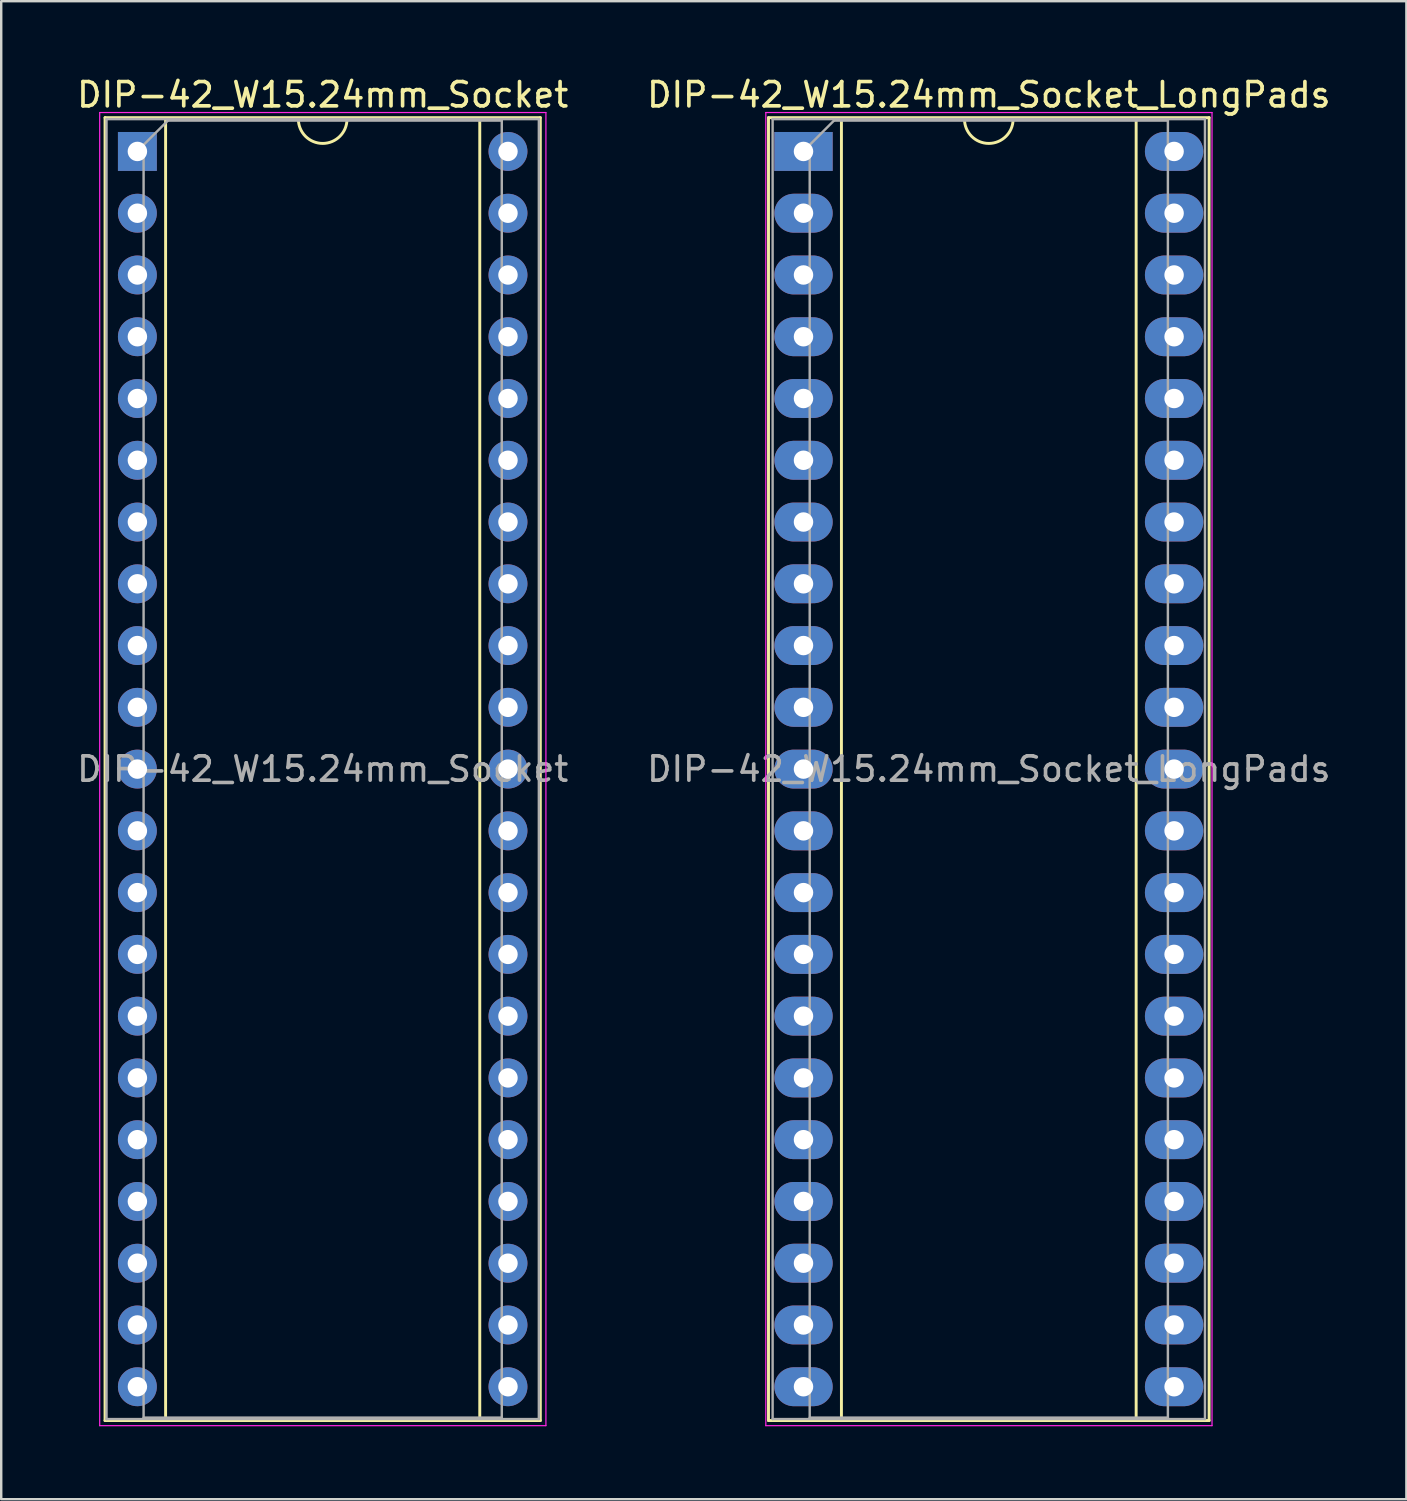
<source format=kicad_pcb>
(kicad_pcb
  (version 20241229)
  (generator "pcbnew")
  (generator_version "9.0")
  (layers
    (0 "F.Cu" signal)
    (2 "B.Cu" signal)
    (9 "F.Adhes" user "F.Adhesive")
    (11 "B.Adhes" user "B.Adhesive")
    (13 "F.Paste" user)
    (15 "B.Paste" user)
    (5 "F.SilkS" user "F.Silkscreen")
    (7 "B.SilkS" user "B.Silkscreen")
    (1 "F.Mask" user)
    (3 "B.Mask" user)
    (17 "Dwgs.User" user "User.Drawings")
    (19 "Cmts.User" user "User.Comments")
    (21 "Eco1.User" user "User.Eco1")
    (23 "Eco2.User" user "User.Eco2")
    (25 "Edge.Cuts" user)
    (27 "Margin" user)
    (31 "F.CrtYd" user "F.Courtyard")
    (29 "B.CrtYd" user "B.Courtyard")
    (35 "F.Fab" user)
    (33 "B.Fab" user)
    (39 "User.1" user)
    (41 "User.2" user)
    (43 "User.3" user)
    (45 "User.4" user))
  (footprint "DIP-42_W15.24mm_Socket"
    (layer "F.Cu")
    (at 2.6 3.178)
    (property "Reference" "DIP-42_W15.24mm_Socket" (at 7.62 -2.33 0) (layer "F.SilkS") (effects (font (size 1 1) (thickness 0.15))))
    (attr through_hole)
    (fp_line (start -1.33 -1.39) (end -1.33 52.19) (stroke (width 0.12) (type solid)) (layer "F.SilkS"))
    (fp_line (start -1.33 52.19) (end 16.57 52.19) (stroke (width 0.12) (type solid)) (layer "F.SilkS"))
    (fp_line (start 1.16 -1.33) (end 1.16 52.13) (stroke (width 0.12) (type solid)) (layer "F.SilkS"))
    (fp_line (start 1.16 52.13) (end 14.08 52.13) (stroke (width 0.12) (type solid)) (layer "F.SilkS"))
    (fp_line (start 6.62 -1.33) (end 1.16 -1.33) (stroke (width 0.12) (type solid)) (layer "F.SilkS"))
    (fp_line (start 14.08 -1.33) (end 8.62 -1.33) (stroke (width 0.12) (type solid)) (layer "F.SilkS"))
    (fp_line (start 14.08 52.13) (end 14.08 -1.33) (stroke (width 0.12) (type solid)) (layer "F.SilkS"))
    (fp_line (start 16.57 -1.39) (end -1.33 -1.39) (stroke (width 0.12) (type solid)) (layer "F.SilkS"))
    (fp_line (start 16.57 52.19) (end 16.57 -1.39) (stroke (width 0.12) (type solid)) (layer "F.SilkS"))
    (fp_arc (start 8.62 -1.33) (mid 7.62 -0.33) (end 6.62 -1.33) (stroke (width 0.12) (type solid)) (layer "F.SilkS"))
    (fp_line (start -1.55 -1.6) (end -1.55 52.4) (stroke (width 0.05) (type solid)) (layer "F.CrtYd"))
    (fp_line (start -1.55 52.4) (end 16.8 52.4) (stroke (width 0.05) (type solid)) (layer "F.CrtYd"))
    (fp_line (start 16.8 -1.6) (end -1.55 -1.6) (stroke (width 0.05) (type solid)) (layer "F.CrtYd"))
    (fp_line (start 16.8 52.4) (end 16.8 -1.6) (stroke (width 0.05) (type solid)) (layer "F.CrtYd"))
    (fp_line (start -1.27 -1.33) (end -1.27 52.13) (stroke (width 0.1) (type solid)) (layer "F.Fab"))
    (fp_line (start -1.27 52.13) (end 16.51 52.13) (stroke (width 0.1) (type solid)) (layer "F.Fab"))
    (fp_line (start 0.255 -0.27) (end 1.255 -1.27) (stroke (width 0.1) (type solid)) (layer "F.Fab"))
    (fp_line (start 0.255 52.07) (end 0.255 -0.27) (stroke (width 0.1) (type solid)) (layer "F.Fab"))
    (fp_line (start 1.255 -1.27) (end 14.985 -1.27) (stroke (width 0.1) (type solid)) (layer "F.Fab"))
    (fp_line (start 14.985 -1.27) (end 14.985 52.07) (stroke (width 0.1) (type solid)) (layer "F.Fab"))
    (fp_line (start 14.985 52.07) (end 0.255 52.07) (stroke (width 0.1) (type solid)) (layer "F.Fab"))
    (fp_line (start 16.51 -1.33) (end -1.27 -1.33) (stroke (width 0.1) (type solid)) (layer "F.Fab"))
    (fp_line (start 16.51 52.13) (end 16.51 -1.33) (stroke (width 0.1) (type solid)) (layer "F.Fab"))
    (fp_text user "${REFERENCE}" (at 7.62 25.4 0) (layer "F.Fab") (effects (font (size 1 1) (thickness 0.15))))
    (pad "1" thru_hole rect (at 0 0) (size 1.6 1.6) (drill 0.8) (layers "*.Cu" "*.Mask"))
    (pad "2" thru_hole oval (at 0 2.54) (size 1.6 1.6) (drill 0.8) (layers "*.Cu" "*.Mask"))
    (pad "3" thru_hole oval (at 0 5.08) (size 1.6 1.6) (drill 0.8) (layers "*.Cu" "*.Mask"))
    (pad "4" thru_hole oval (at 0 7.62) (size 1.6 1.6) (drill 0.8) (layers "*.Cu" "*.Mask"))
    (pad "5" thru_hole oval (at 0 10.16) (size 1.6 1.6) (drill 0.8) (layers "*.Cu" "*.Mask"))
    (pad "6" thru_hole oval (at 0 12.7) (size 1.6 1.6) (drill 0.8) (layers "*.Cu" "*.Mask"))
    (pad "7" thru_hole oval (at 0 15.24) (size 1.6 1.6) (drill 0.8) (layers "*.Cu" "*.Mask"))
    (pad "8" thru_hole oval (at 0 17.78) (size 1.6 1.6) (drill 0.8) (layers "*.Cu" "*.Mask"))
    (pad "9" thru_hole oval (at 0 20.32) (size 1.6 1.6) (drill 0.8) (layers "*.Cu" "*.Mask"))
    (pad "10" thru_hole oval (at 0 22.86) (size 1.6 1.6) (drill 0.8) (layers "*.Cu" "*.Mask"))
    (pad "11" thru_hole oval (at 0 25.4) (size 1.6 1.6) (drill 0.8) (layers "*.Cu" "*.Mask"))
    (pad "12" thru_hole oval (at 0 27.94) (size 1.6 1.6) (drill 0.8) (layers "*.Cu" "*.Mask"))
    (pad "13" thru_hole oval (at 0 30.48) (size 1.6 1.6) (drill 0.8) (layers "*.Cu" "*.Mask"))
    (pad "14" thru_hole oval (at 0 33.02) (size 1.6 1.6) (drill 0.8) (layers "*.Cu" "*.Mask"))
    (pad "15" thru_hole oval (at 0 35.56) (size 1.6 1.6) (drill 0.8) (layers "*.Cu" "*.Mask"))
    (pad "16" thru_hole oval (at 0 38.1) (size 1.6 1.6) (drill 0.8) (layers "*.Cu" "*.Mask"))
    (pad "17" thru_hole oval (at 0 40.64) (size 1.6 1.6) (drill 0.8) (layers "*.Cu" "*.Mask"))
    (pad "18" thru_hole oval (at 0 43.18) (size 1.6 1.6) (drill 0.8) (layers "*.Cu" "*.Mask"))
    (pad "19" thru_hole oval (at 0 45.72) (size 1.6 1.6) (drill 0.8) (layers "*.Cu" "*.Mask"))
    (pad "20" thru_hole oval (at 0 48.26) (size 1.6 1.6) (drill 0.8) (layers "*.Cu" "*.Mask"))
    (pad "21" thru_hole oval (at 0 50.8) (size 1.6 1.6) (drill 0.8) (layers "*.Cu" "*.Mask"))
    (pad "22" thru_hole oval (at 15.24 50.8) (size 1.6 1.6) (drill 0.8) (layers "*.Cu" "*.Mask"))
    (pad "23" thru_hole oval (at 15.24 48.26) (size 1.6 1.6) (drill 0.8) (layers "*.Cu" "*.Mask"))
    (pad "24" thru_hole oval (at 15.24 45.72) (size 1.6 1.6) (drill 0.8) (layers "*.Cu" "*.Mask"))
    (pad "25" thru_hole oval (at 15.24 43.18) (size 1.6 1.6) (drill 0.8) (layers "*.Cu" "*.Mask"))
    (pad "26" thru_hole oval (at 15.24 40.64) (size 1.6 1.6) (drill 0.8) (layers "*.Cu" "*.Mask"))
    (pad "27" thru_hole oval (at 15.24 38.1) (size 1.6 1.6) (drill 0.8) (layers "*.Cu" "*.Mask"))
    (pad "28" thru_hole oval (at 15.24 35.56) (size 1.6 1.6) (drill 0.8) (layers "*.Cu" "*.Mask"))
    (pad "29" thru_hole oval (at 15.24 33.02) (size 1.6 1.6) (drill 0.8) (layers "*.Cu" "*.Mask"))
    (pad "30" thru_hole oval (at 15.24 30.48) (size 1.6 1.6) (drill 0.8) (layers "*.Cu" "*.Mask"))
    (pad "31" thru_hole oval (at 15.24 27.94) (size 1.6 1.6) (drill 0.8) (layers "*.Cu" "*.Mask"))
    (pad "32" thru_hole oval (at 15.24 25.4) (size 1.6 1.6) (drill 0.8) (layers "*.Cu" "*.Mask"))
    (pad "33" thru_hole oval (at 15.24 22.86) (size 1.6 1.6) (drill 0.8) (layers "*.Cu" "*.Mask"))
    (pad "34" thru_hole oval (at 15.24 20.32) (size 1.6 1.6) (drill 0.8) (layers "*.Cu" "*.Mask"))
    (pad "35" thru_hole oval (at 15.24 17.78) (size 1.6 1.6) (drill 0.8) (layers "*.Cu" "*.Mask"))
    (pad "36" thru_hole oval (at 15.24 15.24) (size 1.6 1.6) (drill 0.8) (layers "*.Cu" "*.Mask"))
    (pad "37" thru_hole oval (at 15.24 12.7) (size 1.6 1.6) (drill 0.8) (layers "*.Cu" "*.Mask"))
    (pad "38" thru_hole oval (at 15.24 10.16) (size 1.6 1.6) (drill 0.8) (layers "*.Cu" "*.Mask"))
    (pad "39" thru_hole oval (at 15.24 7.62) (size 1.6 1.6) (drill 0.8) (layers "*.Cu" "*.Mask"))
    (pad "40" thru_hole oval (at 15.24 5.08) (size 1.6 1.6) (drill 0.8) (layers "*.Cu" "*.Mask"))
    (pad "41" thru_hole oval (at 15.24 2.54) (size 1.6 1.6) (drill 0.8) (layers "*.Cu" "*.Mask"))
    (pad "42" thru_hole oval (at 15.24 0) (size 1.6 1.6) (drill 0.8) (layers "*.Cu" "*.Mask")))
  (footprint "DIP-42_W15.24mm_Socket_LongPads"
    (layer "F.Cu")
    (at 29.993 3.178)
    (property "Reference" "DIP-42_W15.24mm_Socket_LongPads" (at 7.62 -2.33 0) (layer "F.SilkS") (effects (font (size 1 1) (thickness 0.15))))
    (attr through_hole)
    (fp_line (start -1.44 -1.39) (end -1.44 52.19) (stroke (width 0.12) (type solid)) (layer "F.SilkS"))
    (fp_line (start -1.44 52.19) (end 16.68 52.19) (stroke (width 0.12) (type solid)) (layer "F.SilkS"))
    (fp_line (start 1.56 -1.33) (end 1.56 52.13) (stroke (width 0.12) (type solid)) (layer "F.SilkS"))
    (fp_line (start 1.56 52.13) (end 13.68 52.13) (stroke (width 0.12) (type solid)) (layer "F.SilkS"))
    (fp_line (start 6.62 -1.33) (end 1.56 -1.33) (stroke (width 0.12) (type solid)) (layer "F.SilkS"))
    (fp_line (start 13.68 -1.33) (end 8.62 -1.33) (stroke (width 0.12) (type solid)) (layer "F.SilkS"))
    (fp_line (start 13.68 52.13) (end 13.68 -1.33) (stroke (width 0.12) (type solid)) (layer "F.SilkS"))
    (fp_line (start 16.68 -1.39) (end -1.44 -1.39) (stroke (width 0.12) (type solid)) (layer "F.SilkS"))
    (fp_line (start 16.68 52.19) (end 16.68 -1.39) (stroke (width 0.12) (type solid)) (layer "F.SilkS"))
    (fp_arc (start 8.62 -1.33) (mid 7.62 -0.33) (end 6.62 -1.33) (stroke (width 0.12) (type solid)) (layer "F.SilkS"))
    (fp_line (start -1.55 -1.6) (end -1.55 52.4) (stroke (width 0.05) (type solid)) (layer "F.CrtYd"))
    (fp_line (start -1.55 52.4) (end 16.8 52.4) (stroke (width 0.05) (type solid)) (layer "F.CrtYd"))
    (fp_line (start 16.8 -1.6) (end -1.55 -1.6) (stroke (width 0.05) (type solid)) (layer "F.CrtYd"))
    (fp_line (start 16.8 52.4) (end 16.8 -1.6) (stroke (width 0.05) (type solid)) (layer "F.CrtYd"))
    (fp_line (start -1.27 -1.33) (end -1.27 52.13) (stroke (width 0.1) (type solid)) (layer "F.Fab"))
    (fp_line (start -1.27 52.13) (end 16.51 52.13) (stroke (width 0.1) (type solid)) (layer "F.Fab"))
    (fp_line (start 0.255 -0.27) (end 1.255 -1.27) (stroke (width 0.1) (type solid)) (layer "F.Fab"))
    (fp_line (start 0.255 52.07) (end 0.255 -0.27) (stroke (width 0.1) (type solid)) (layer "F.Fab"))
    (fp_line (start 1.255 -1.27) (end 14.985 -1.27) (stroke (width 0.1) (type solid)) (layer "F.Fab"))
    (fp_line (start 14.985 -1.27) (end 14.985 52.07) (stroke (width 0.1) (type solid)) (layer "F.Fab"))
    (fp_line (start 14.985 52.07) (end 0.255 52.07) (stroke (width 0.1) (type solid)) (layer "F.Fab"))
    (fp_line (start 16.51 -1.33) (end -1.27 -1.33) (stroke (width 0.1) (type solid)) (layer "F.Fab"))
    (fp_line (start 16.51 52.13) (end 16.51 -1.33) (stroke (width 0.1) (type solid)) (layer "F.Fab"))
    (fp_text user "${REFERENCE}" (at 7.62 25.4 0) (layer "F.Fab") (effects (font (size 1 1) (thickness 0.15))))
    (pad "1" thru_hole rect (at 0 0) (size 2.4 1.6) (drill 0.8) (layers "*.Cu" "*.Mask"))
    (pad "2" thru_hole oval (at 0 2.54) (size 2.4 1.6) (drill 0.8) (layers "*.Cu" "*.Mask"))
    (pad "3" thru_hole oval (at 0 5.08) (size 2.4 1.6) (drill 0.8) (layers "*.Cu" "*.Mask"))
    (pad "4" thru_hole oval (at 0 7.62) (size 2.4 1.6) (drill 0.8) (layers "*.Cu" "*.Mask"))
    (pad "5" thru_hole oval (at 0 10.16) (size 2.4 1.6) (drill 0.8) (layers "*.Cu" "*.Mask"))
    (pad "6" thru_hole oval (at 0 12.7) (size 2.4 1.6) (drill 0.8) (layers "*.Cu" "*.Mask"))
    (pad "7" thru_hole oval (at 0 15.24) (size 2.4 1.6) (drill 0.8) (layers "*.Cu" "*.Mask"))
    (pad "8" thru_hole oval (at 0 17.78) (size 2.4 1.6) (drill 0.8) (layers "*.Cu" "*.Mask"))
    (pad "9" thru_hole oval (at 0 20.32) (size 2.4 1.6) (drill 0.8) (layers "*.Cu" "*.Mask"))
    (pad "10" thru_hole oval (at 0 22.86) (size 2.4 1.6) (drill 0.8) (layers "*.Cu" "*.Mask"))
    (pad "11" thru_hole oval (at 0 25.4) (size 2.4 1.6) (drill 0.8) (layers "*.Cu" "*.Mask"))
    (pad "12" thru_hole oval (at 0 27.94) (size 2.4 1.6) (drill 0.8) (layers "*.Cu" "*.Mask"))
    (pad "13" thru_hole oval (at 0 30.48) (size 2.4 1.6) (drill 0.8) (layers "*.Cu" "*.Mask"))
    (pad "14" thru_hole oval (at 0 33.02) (size 2.4 1.6) (drill 0.8) (layers "*.Cu" "*.Mask"))
    (pad "15" thru_hole oval (at 0 35.56) (size 2.4 1.6) (drill 0.8) (layers "*.Cu" "*.Mask"))
    (pad "16" thru_hole oval (at 0 38.1) (size 2.4 1.6) (drill 0.8) (layers "*.Cu" "*.Mask"))
    (pad "17" thru_hole oval (at 0 40.64) (size 2.4 1.6) (drill 0.8) (layers "*.Cu" "*.Mask"))
    (pad "18" thru_hole oval (at 0 43.18) (size 2.4 1.6) (drill 0.8) (layers "*.Cu" "*.Mask"))
    (pad "19" thru_hole oval (at 0 45.72) (size 2.4 1.6) (drill 0.8) (layers "*.Cu" "*.Mask"))
    (pad "20" thru_hole oval (at 0 48.26) (size 2.4 1.6) (drill 0.8) (layers "*.Cu" "*.Mask"))
    (pad "21" thru_hole oval (at 0 50.8) (size 2.4 1.6) (drill 0.8) (layers "*.Cu" "*.Mask"))
    (pad "22" thru_hole oval (at 15.24 50.8) (size 2.4 1.6) (drill 0.8) (layers "*.Cu" "*.Mask"))
    (pad "23" thru_hole oval (at 15.24 48.26) (size 2.4 1.6) (drill 0.8) (layers "*.Cu" "*.Mask"))
    (pad "24" thru_hole oval (at 15.24 45.72) (size 2.4 1.6) (drill 0.8) (layers "*.Cu" "*.Mask"))
    (pad "25" thru_hole oval (at 15.24 43.18) (size 2.4 1.6) (drill 0.8) (layers "*.Cu" "*.Mask"))
    (pad "26" thru_hole oval (at 15.24 40.64) (size 2.4 1.6) (drill 0.8) (layers "*.Cu" "*.Mask"))
    (pad "27" thru_hole oval (at 15.24 38.1) (size 2.4 1.6) (drill 0.8) (layers "*.Cu" "*.Mask"))
    (pad "28" thru_hole oval (at 15.24 35.56) (size 2.4 1.6) (drill 0.8) (layers "*.Cu" "*.Mask"))
    (pad "29" thru_hole oval (at 15.24 33.02) (size 2.4 1.6) (drill 0.8) (layers "*.Cu" "*.Mask"))
    (pad "30" thru_hole oval (at 15.24 30.48) (size 2.4 1.6) (drill 0.8) (layers "*.Cu" "*.Mask"))
    (pad "31" thru_hole oval (at 15.24 27.94) (size 2.4 1.6) (drill 0.8) (layers "*.Cu" "*.Mask"))
    (pad "32" thru_hole oval (at 15.24 25.4) (size 2.4 1.6) (drill 0.8) (layers "*.Cu" "*.Mask"))
    (pad "33" thru_hole oval (at 15.24 22.86) (size 2.4 1.6) (drill 0.8) (layers "*.Cu" "*.Mask"))
    (pad "34" thru_hole oval (at 15.24 20.32) (size 2.4 1.6) (drill 0.8) (layers "*.Cu" "*.Mask"))
    (pad "35" thru_hole oval (at 15.24 17.78) (size 2.4 1.6) (drill 0.8) (layers "*.Cu" "*.Mask"))
    (pad "36" thru_hole oval (at 15.24 15.24) (size 2.4 1.6) (drill 0.8) (layers "*.Cu" "*.Mask"))
    (pad "37" thru_hole oval (at 15.24 12.7) (size 2.4 1.6) (drill 0.8) (layers "*.Cu" "*.Mask"))
    (pad "38" thru_hole oval (at 15.24 10.16) (size 2.4 1.6) (drill 0.8) (layers "*.Cu" "*.Mask"))
    (pad "39" thru_hole oval (at 15.24 7.62) (size 2.4 1.6) (drill 0.8) (layers "*.Cu" "*.Mask"))
    (pad "40" thru_hole oval (at 15.24 5.08) (size 2.4 1.6) (drill 0.8) (layers "*.Cu" "*.Mask"))
    (pad "41" thru_hole oval (at 15.24 2.54) (size 2.4 1.6) (drill 0.8) (layers "*.Cu" "*.Mask"))
    (pad "42" thru_hole oval (at 15.24 0) (size 2.4 1.6) (drill 0.8) (layers "*.Cu" "*.Mask")))
  (gr_rect
    (start -3 -3)
    (end 54.786 58.603)
    (stroke (width 0.1) (type default))
    (fill no)
    (layer "Edge.Cuts")))
</source>
